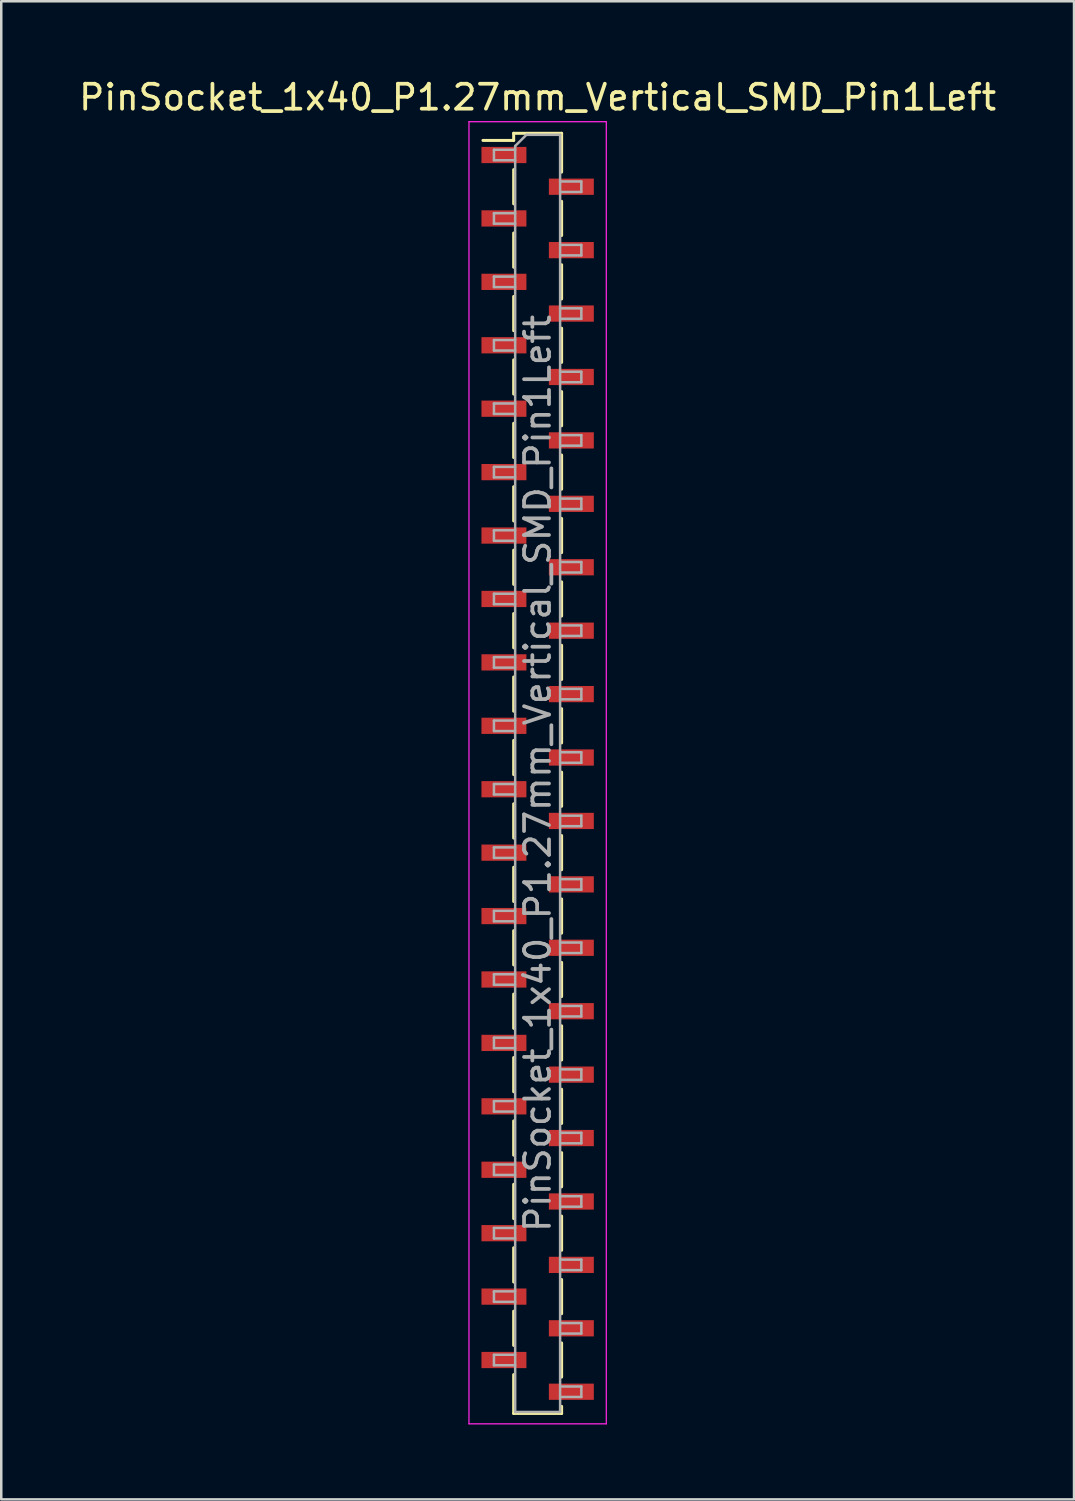
<source format=kicad_pcb>
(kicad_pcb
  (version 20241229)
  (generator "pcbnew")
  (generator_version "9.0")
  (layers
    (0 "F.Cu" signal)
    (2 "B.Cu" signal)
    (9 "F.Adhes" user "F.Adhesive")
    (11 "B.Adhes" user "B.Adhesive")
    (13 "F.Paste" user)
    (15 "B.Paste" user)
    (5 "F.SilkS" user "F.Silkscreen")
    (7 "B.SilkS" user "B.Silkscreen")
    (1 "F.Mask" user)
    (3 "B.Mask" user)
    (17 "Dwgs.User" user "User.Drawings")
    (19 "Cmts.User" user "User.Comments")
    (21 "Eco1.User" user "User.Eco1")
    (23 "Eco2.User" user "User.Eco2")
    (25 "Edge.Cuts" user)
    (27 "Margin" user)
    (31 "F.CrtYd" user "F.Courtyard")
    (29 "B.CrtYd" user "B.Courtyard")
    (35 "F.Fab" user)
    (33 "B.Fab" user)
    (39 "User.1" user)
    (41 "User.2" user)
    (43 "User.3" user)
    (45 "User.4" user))
  (footprint "PinSocket_1x40_P1.27mm_Vertical_SMD_Pin1Left"
    (layer "F.Cu")
    (at 18.482 27.923)
    (property "Reference" "PinSocket_1x40_P1.27mm_Vertical_SMD_Pin1Left" (at 0 -27.075 0) (layer "F.SilkS") (effects (font (size 1 1) (thickness 0.15))))
    (attr smd)
    (fp_line (start -2.19 -25.35) (end -0.96 -25.35) (stroke (width 0.12) (type solid)) (layer "F.SilkS"))
    (fp_line (start -0.96 -25.635) (end -0.96 -25.35) (stroke (width 0.12) (type solid)) (layer "F.SilkS"))
    (fp_line (start -0.96 -25.635) (end 0.96 -25.635) (stroke (width 0.12) (type solid)) (layer "F.SilkS"))
    (fp_line (start -0.96 -24.18) (end -0.96 -22.81) (stroke (width 0.12) (type solid)) (layer "F.SilkS"))
    (fp_line (start -0.96 -21.64) (end -0.96 -20.27) (stroke (width 0.12) (type solid)) (layer "F.SilkS"))
    (fp_line (start -0.96 -19.1) (end -0.96 -17.73) (stroke (width 0.12) (type solid)) (layer "F.SilkS"))
    (fp_line (start -0.96 -16.56) (end -0.96 -15.19) (stroke (width 0.12) (type solid)) (layer "F.SilkS"))
    (fp_line (start -0.96 -14.02) (end -0.96 -12.65) (stroke (width 0.12) (type solid)) (layer "F.SilkS"))
    (fp_line (start -0.96 -11.48) (end -0.96 -10.11) (stroke (width 0.12) (type solid)) (layer "F.SilkS"))
    (fp_line (start -0.96 -8.94) (end -0.96 -7.57) (stroke (width 0.12) (type solid)) (layer "F.SilkS"))
    (fp_line (start -0.96 -6.4) (end -0.96 -5.03) (stroke (width 0.12) (type solid)) (layer "F.SilkS"))
    (fp_line (start -0.96 -3.86) (end -0.96 -2.49) (stroke (width 0.12) (type solid)) (layer "F.SilkS"))
    (fp_line (start -0.96 -1.32) (end -0.96 0.05) (stroke (width 0.12) (type solid)) (layer "F.SilkS"))
    (fp_line (start -0.96 1.22) (end -0.96 2.59) (stroke (width 0.12) (type solid)) (layer "F.SilkS"))
    (fp_line (start -0.96 3.76) (end -0.96 5.13) (stroke (width 0.12) (type solid)) (layer "F.SilkS"))
    (fp_line (start -0.96 6.3) (end -0.96 7.67) (stroke (width 0.12) (type solid)) (layer "F.SilkS"))
    (fp_line (start -0.96 8.84) (end -0.96 10.21) (stroke (width 0.12) (type solid)) (layer "F.SilkS"))
    (fp_line (start -0.96 11.38) (end -0.96 12.75) (stroke (width 0.12) (type solid)) (layer "F.SilkS"))
    (fp_line (start -0.96 13.92) (end -0.96 15.29) (stroke (width 0.12) (type solid)) (layer "F.SilkS"))
    (fp_line (start -0.96 16.46) (end -0.96 17.83) (stroke (width 0.12) (type solid)) (layer "F.SilkS"))
    (fp_line (start -0.96 19) (end -0.96 20.37) (stroke (width 0.12) (type solid)) (layer "F.SilkS"))
    (fp_line (start -0.96 21.54) (end -0.96 22.91) (stroke (width 0.12) (type solid)) (layer "F.SilkS"))
    (fp_line (start -0.96 24.08) (end -0.96 25.635) (stroke (width 0.12) (type solid)) (layer "F.SilkS"))
    (fp_line (start -0.96 25.635) (end 0.96 25.635) (stroke (width 0.12) (type solid)) (layer "F.SilkS"))
    (fp_line (start 0.96 -25.635) (end 0.96 -24.08) (stroke (width 0.12) (type solid)) (layer "F.SilkS"))
    (fp_line (start 0.96 -22.91) (end 0.96 -21.54) (stroke (width 0.12) (type solid)) (layer "F.SilkS"))
    (fp_line (start 0.96 -20.37) (end 0.96 -19) (stroke (width 0.12) (type solid)) (layer "F.SilkS"))
    (fp_line (start 0.96 -17.83) (end 0.96 -16.46) (stroke (width 0.12) (type solid)) (layer "F.SilkS"))
    (fp_line (start 0.96 -15.29) (end 0.96 -13.92) (stroke (width 0.12) (type solid)) (layer "F.SilkS"))
    (fp_line (start 0.96 -12.75) (end 0.96 -11.38) (stroke (width 0.12) (type solid)) (layer "F.SilkS"))
    (fp_line (start 0.96 -10.21) (end 0.96 -8.84) (stroke (width 0.12) (type solid)) (layer "F.SilkS"))
    (fp_line (start 0.96 -7.67) (end 0.96 -6.3) (stroke (width 0.12) (type solid)) (layer "F.SilkS"))
    (fp_line (start 0.96 -5.13) (end 0.96 -3.76) (stroke (width 0.12) (type solid)) (layer "F.SilkS"))
    (fp_line (start 0.96 -2.59) (end 0.96 -1.22) (stroke (width 0.12) (type solid)) (layer "F.SilkS"))
    (fp_line (start 0.96 -0.05) (end 0.96 1.32) (stroke (width 0.12) (type solid)) (layer "F.SilkS"))
    (fp_line (start 0.96 2.49) (end 0.96 3.86) (stroke (width 0.12) (type solid)) (layer "F.SilkS"))
    (fp_line (start 0.96 5.03) (end 0.96 6.4) (stroke (width 0.12) (type solid)) (layer "F.SilkS"))
    (fp_line (start 0.96 7.57) (end 0.96 8.94) (stroke (width 0.12) (type solid)) (layer "F.SilkS"))
    (fp_line (start 0.96 10.11) (end 0.96 11.48) (stroke (width 0.12) (type solid)) (layer "F.SilkS"))
    (fp_line (start 0.96 12.65) (end 0.96 14.02) (stroke (width 0.12) (type solid)) (layer "F.SilkS"))
    (fp_line (start 0.96 15.19) (end 0.96 16.56) (stroke (width 0.12) (type solid)) (layer "F.SilkS"))
    (fp_line (start 0.96 17.73) (end 0.96 19.1) (stroke (width 0.12) (type solid)) (layer "F.SilkS"))
    (fp_line (start 0.96 20.27) (end 0.96 21.64) (stroke (width 0.12) (type solid)) (layer "F.SilkS"))
    (fp_line (start 0.96 22.81) (end 0.96 24.18) (stroke (width 0.12) (type solid)) (layer "F.SilkS"))
    (fp_line (start 0.96 25.35) (end 0.96 25.635) (stroke (width 0.12) (type solid)) (layer "F.SilkS"))
    (fp_line (start -2.75 -26.1) (end 2.75 -26.1) (stroke (width 0.05) (type solid)) (layer "F.CrtYd"))
    (fp_line (start -2.75 26.05) (end -2.75 -26.1) (stroke (width 0.05) (type solid)) (layer "F.CrtYd"))
    (fp_line (start 2.75 -26.1) (end 2.75 26.05) (stroke (width 0.05) (type solid)) (layer "F.CrtYd"))
    (fp_line (start 2.75 26.05) (end -2.75 26.05) (stroke (width 0.05) (type solid)) (layer "F.CrtYd"))
    (fp_line (start -1.75 -24.975) (end -0.9 -24.975) (stroke (width 0.1) (type solid)) (layer "F.Fab"))
    (fp_line (start -1.75 -24.555) (end -1.75 -24.975) (stroke (width 0.1) (type solid)) (layer "F.Fab"))
    (fp_line (start -1.75 -22.435) (end -0.9 -22.435) (stroke (width 0.1) (type solid)) (layer "F.Fab"))
    (fp_line (start -1.75 -22.015) (end -1.75 -22.435) (stroke (width 0.1) (type solid)) (layer "F.Fab"))
    (fp_line (start -1.75 -19.895) (end -0.9 -19.895) (stroke (width 0.1) (type solid)) (layer "F.Fab"))
    (fp_line (start -1.75 -19.475) (end -1.75 -19.895) (stroke (width 0.1) (type solid)) (layer "F.Fab"))
    (fp_line (start -1.75 -17.355) (end -0.9 -17.355) (stroke (width 0.1) (type solid)) (layer "F.Fab"))
    (fp_line (start -1.75 -16.935) (end -1.75 -17.355) (stroke (width 0.1) (type solid)) (layer "F.Fab"))
    (fp_line (start -1.75 -14.815) (end -0.9 -14.815) (stroke (width 0.1) (type solid)) (layer "F.Fab"))
    (fp_line (start -1.75 -14.395) (end -1.75 -14.815) (stroke (width 0.1) (type solid)) (layer "F.Fab"))
    (fp_line (start -1.75 -12.275) (end -0.9 -12.275) (stroke (width 0.1) (type solid)) (layer "F.Fab"))
    (fp_line (start -1.75 -11.855) (end -1.75 -12.275) (stroke (width 0.1) (type solid)) (layer "F.Fab"))
    (fp_line (start -1.75 -9.735) (end -0.9 -9.735) (stroke (width 0.1) (type solid)) (layer "F.Fab"))
    (fp_line (start -1.75 -9.315) (end -1.75 -9.735) (stroke (width 0.1) (type solid)) (layer "F.Fab"))
    (fp_line (start -1.75 -7.195) (end -0.9 -7.195) (stroke (width 0.1) (type solid)) (layer "F.Fab"))
    (fp_line (start -1.75 -6.775) (end -1.75 -7.195) (stroke (width 0.1) (type solid)) (layer "F.Fab"))
    (fp_line (start -1.75 -4.655) (end -0.9 -4.655) (stroke (width 0.1) (type solid)) (layer "F.Fab"))
    (fp_line (start -1.75 -4.235) (end -1.75 -4.655) (stroke (width 0.1) (type solid)) (layer "F.Fab"))
    (fp_line (start -1.75 -2.115) (end -0.9 -2.115) (stroke (width 0.1) (type solid)) (layer "F.Fab"))
    (fp_line (start -1.75 -1.695) (end -1.75 -2.115) (stroke (width 0.1) (type solid)) (layer "F.Fab"))
    (fp_line (start -1.75 0.425) (end -0.9 0.425) (stroke (width 0.1) (type solid)) (layer "F.Fab"))
    (fp_line (start -1.75 0.845) (end -1.75 0.425) (stroke (width 0.1) (type solid)) (layer "F.Fab"))
    (fp_line (start -1.75 2.965) (end -0.9 2.965) (stroke (width 0.1) (type solid)) (layer "F.Fab"))
    (fp_line (start -1.75 3.385) (end -1.75 2.965) (stroke (width 0.1) (type solid)) (layer "F.Fab"))
    (fp_line (start -1.75 5.505) (end -0.9 5.505) (stroke (width 0.1) (type solid)) (layer "F.Fab"))
    (fp_line (start -1.75 5.925) (end -1.75 5.505) (stroke (width 0.1) (type solid)) (layer "F.Fab"))
    (fp_line (start -1.75 8.045) (end -0.9 8.045) (stroke (width 0.1) (type solid)) (layer "F.Fab"))
    (fp_line (start -1.75 8.465) (end -1.75 8.045) (stroke (width 0.1) (type solid)) (layer "F.Fab"))
    (fp_line (start -1.75 10.585) (end -0.9 10.585) (stroke (width 0.1) (type solid)) (layer "F.Fab"))
    (fp_line (start -1.75 11.005) (end -1.75 10.585) (stroke (width 0.1) (type solid)) (layer "F.Fab"))
    (fp_line (start -1.75 13.125) (end -0.9 13.125) (stroke (width 0.1) (type solid)) (layer "F.Fab"))
    (fp_line (start -1.75 13.545) (end -1.75 13.125) (stroke (width 0.1) (type solid)) (layer "F.Fab"))
    (fp_line (start -1.75 15.665) (end -0.9 15.665) (stroke (width 0.1) (type solid)) (layer "F.Fab"))
    (fp_line (start -1.75 16.085) (end -1.75 15.665) (stroke (width 0.1) (type solid)) (layer "F.Fab"))
    (fp_line (start -1.75 18.205) (end -0.9 18.205) (stroke (width 0.1) (type solid)) (layer "F.Fab"))
    (fp_line (start -1.75 18.625) (end -1.75 18.205) (stroke (width 0.1) (type solid)) (layer "F.Fab"))
    (fp_line (start -1.75 20.745) (end -0.9 20.745) (stroke (width 0.1) (type solid)) (layer "F.Fab"))
    (fp_line (start -1.75 21.165) (end -1.75 20.745) (stroke (width 0.1) (type solid)) (layer "F.Fab"))
    (fp_line (start -1.75 23.285) (end -0.9 23.285) (stroke (width 0.1) (type solid)) (layer "F.Fab"))
    (fp_line (start -1.75 23.705) (end -1.75 23.285) (stroke (width 0.1) (type solid)) (layer "F.Fab"))
    (fp_line (start -0.9 -25.125) (end -0.45 -25.575) (stroke (width 0.1) (type solid)) (layer "F.Fab"))
    (fp_line (start -0.9 -24.555) (end -1.75 -24.555) (stroke (width 0.1) (type solid)) (layer "F.Fab"))
    (fp_line (start -0.9 -22.015) (end -1.75 -22.015) (stroke (width 0.1) (type solid)) (layer "F.Fab"))
    (fp_line (start -0.9 -19.475) (end -1.75 -19.475) (stroke (width 0.1) (type solid)) (layer "F.Fab"))
    (fp_line (start -0.9 -16.935) (end -1.75 -16.935) (stroke (width 0.1) (type solid)) (layer "F.Fab"))
    (fp_line (start -0.9 -14.395) (end -1.75 -14.395) (stroke (width 0.1) (type solid)) (layer "F.Fab"))
    (fp_line (start -0.9 -11.855) (end -1.75 -11.855) (stroke (width 0.1) (type solid)) (layer "F.Fab"))
    (fp_line (start -0.9 -9.315) (end -1.75 -9.315) (stroke (width 0.1) (type solid)) (layer "F.Fab"))
    (fp_line (start -0.9 -6.775) (end -1.75 -6.775) (stroke (width 0.1) (type solid)) (layer "F.Fab"))
    (fp_line (start -0.9 -4.235) (end -1.75 -4.235) (stroke (width 0.1) (type solid)) (layer "F.Fab"))
    (fp_line (start -0.9 -1.695) (end -1.75 -1.695) (stroke (width 0.1) (type solid)) (layer "F.Fab"))
    (fp_line (start -0.9 0.845) (end -1.75 0.845) (stroke (width 0.1) (type solid)) (layer "F.Fab"))
    (fp_line (start -0.9 3.385) (end -1.75 3.385) (stroke (width 0.1) (type solid)) (layer "F.Fab"))
    (fp_line (start -0.9 5.925) (end -1.75 5.925) (stroke (width 0.1) (type solid)) (layer "F.Fab"))
    (fp_line (start -0.9 8.465) (end -1.75 8.465) (stroke (width 0.1) (type solid)) (layer "F.Fab"))
    (fp_line (start -0.9 11.005) (end -1.75 11.005) (stroke (width 0.1) (type solid)) (layer "F.Fab"))
    (fp_line (start -0.9 13.545) (end -1.75 13.545) (stroke (width 0.1) (type solid)) (layer "F.Fab"))
    (fp_line (start -0.9 16.085) (end -1.75 16.085) (stroke (width 0.1) (type solid)) (layer "F.Fab"))
    (fp_line (start -0.9 18.625) (end -1.75 18.625) (stroke (width 0.1) (type solid)) (layer "F.Fab"))
    (fp_line (start -0.9 21.165) (end -1.75 21.165) (stroke (width 0.1) (type solid)) (layer "F.Fab"))
    (fp_line (start -0.9 23.705) (end -1.75 23.705) (stroke (width 0.1) (type solid)) (layer "F.Fab"))
    (fp_line (start -0.9 25.575) (end -0.9 -25.125) (stroke (width 0.1) (type solid)) (layer "F.Fab"))
    (fp_line (start -0.45 -25.575) (end 0.9 -25.575) (stroke (width 0.1) (type solid)) (layer "F.Fab"))
    (fp_line (start 0.9 -25.575) (end 0.9 25.575) (stroke (width 0.1) (type solid)) (layer "F.Fab"))
    (fp_line (start 0.9 -23.705) (end 1.75 -23.705) (stroke (width 0.1) (type solid)) (layer "F.Fab"))
    (fp_line (start 0.9 -21.165) (end 1.75 -21.165) (stroke (width 0.1) (type solid)) (layer "F.Fab"))
    (fp_line (start 0.9 -18.625) (end 1.75 -18.625) (stroke (width 0.1) (type solid)) (layer "F.Fab"))
    (fp_line (start 0.9 -16.085) (end 1.75 -16.085) (stroke (width 0.1) (type solid)) (layer "F.Fab"))
    (fp_line (start 0.9 -13.545) (end 1.75 -13.545) (stroke (width 0.1) (type solid)) (layer "F.Fab"))
    (fp_line (start 0.9 -11.005) (end 1.75 -11.005) (stroke (width 0.1) (type solid)) (layer "F.Fab"))
    (fp_line (start 0.9 -8.465) (end 1.75 -8.465) (stroke (width 0.1) (type solid)) (layer "F.Fab"))
    (fp_line (start 0.9 -5.925) (end 1.75 -5.925) (stroke (width 0.1) (type solid)) (layer "F.Fab"))
    (fp_line (start 0.9 -3.385) (end 1.75 -3.385) (stroke (width 0.1) (type solid)) (layer "F.Fab"))
    (fp_line (start 0.9 -0.845) (end 1.75 -0.845) (stroke (width 0.1) (type solid)) (layer "F.Fab"))
    (fp_line (start 0.9 1.695) (end 1.75 1.695) (stroke (width 0.1) (type solid)) (layer "F.Fab"))
    (fp_line (start 0.9 4.235) (end 1.75 4.235) (stroke (width 0.1) (type solid)) (layer "F.Fab"))
    (fp_line (start 0.9 6.775) (end 1.75 6.775) (stroke (width 0.1) (type solid)) (layer "F.Fab"))
    (fp_line (start 0.9 9.315) (end 1.75 9.315) (stroke (width 0.1) (type solid)) (layer "F.Fab"))
    (fp_line (start 0.9 11.855) (end 1.75 11.855) (stroke (width 0.1) (type solid)) (layer "F.Fab"))
    (fp_line (start 0.9 14.395) (end 1.75 14.395) (stroke (width 0.1) (type solid)) (layer "F.Fab"))
    (fp_line (start 0.9 16.935) (end 1.75 16.935) (stroke (width 0.1) (type solid)) (layer "F.Fab"))
    (fp_line (start 0.9 19.475) (end 1.75 19.475) (stroke (width 0.1) (type solid)) (layer "F.Fab"))
    (fp_line (start 0.9 22.015) (end 1.75 22.015) (stroke (width 0.1) (type solid)) (layer "F.Fab"))
    (fp_line (start 0.9 24.555) (end 1.75 24.555) (stroke (width 0.1) (type solid)) (layer "F.Fab"))
    (fp_line (start 0.9 25.575) (end -0.9 25.575) (stroke (width 0.1) (type solid)) (layer "F.Fab"))
    (fp_line (start 1.75 -23.705) (end 1.75 -23.285) (stroke (width 0.1) (type solid)) (layer "F.Fab"))
    (fp_line (start 1.75 -23.285) (end 0.9 -23.285) (stroke (width 0.1) (type solid)) (layer "F.Fab"))
    (fp_line (start 1.75 -21.165) (end 1.75 -20.745) (stroke (width 0.1) (type solid)) (layer "F.Fab"))
    (fp_line (start 1.75 -20.745) (end 0.9 -20.745) (stroke (width 0.1) (type solid)) (layer "F.Fab"))
    (fp_line (start 1.75 -18.625) (end 1.75 -18.205) (stroke (width 0.1) (type solid)) (layer "F.Fab"))
    (fp_line (start 1.75 -18.205) (end 0.9 -18.205) (stroke (width 0.1) (type solid)) (layer "F.Fab"))
    (fp_line (start 1.75 -16.085) (end 1.75 -15.665) (stroke (width 0.1) (type solid)) (layer "F.Fab"))
    (fp_line (start 1.75 -15.665) (end 0.9 -15.665) (stroke (width 0.1) (type solid)) (layer "F.Fab"))
    (fp_line (start 1.75 -13.545) (end 1.75 -13.125) (stroke (width 0.1) (type solid)) (layer "F.Fab"))
    (fp_line (start 1.75 -13.125) (end 0.9 -13.125) (stroke (width 0.1) (type solid)) (layer "F.Fab"))
    (fp_line (start 1.75 -11.005) (end 1.75 -10.585) (stroke (width 0.1) (type solid)) (layer "F.Fab"))
    (fp_line (start 1.75 -10.585) (end 0.9 -10.585) (stroke (width 0.1) (type solid)) (layer "F.Fab"))
    (fp_line (start 1.75 -8.465) (end 1.75 -8.045) (stroke (width 0.1) (type solid)) (layer "F.Fab"))
    (fp_line (start 1.75 -8.045) (end 0.9 -8.045) (stroke (width 0.1) (type solid)) (layer "F.Fab"))
    (fp_line (start 1.75 -5.925) (end 1.75 -5.505) (stroke (width 0.1) (type solid)) (layer "F.Fab"))
    (fp_line (start 1.75 -5.505) (end 0.9 -5.505) (stroke (width 0.1) (type solid)) (layer "F.Fab"))
    (fp_line (start 1.75 -3.385) (end 1.75 -2.965) (stroke (width 0.1) (type solid)) (layer "F.Fab"))
    (fp_line (start 1.75 -2.965) (end 0.9 -2.965) (stroke (width 0.1) (type solid)) (layer "F.Fab"))
    (fp_line (start 1.75 -0.845) (end 1.75 -0.425) (stroke (width 0.1) (type solid)) (layer "F.Fab"))
    (fp_line (start 1.75 -0.425) (end 0.9 -0.425) (stroke (width 0.1) (type solid)) (layer "F.Fab"))
    (fp_line (start 1.75 1.695) (end 1.75 2.115) (stroke (width 0.1) (type solid)) (layer "F.Fab"))
    (fp_line (start 1.75 2.115) (end 0.9 2.115) (stroke (width 0.1) (type solid)) (layer "F.Fab"))
    (fp_line (start 1.75 4.235) (end 1.75 4.655) (stroke (width 0.1) (type solid)) (layer "F.Fab"))
    (fp_line (start 1.75 4.655) (end 0.9 4.655) (stroke (width 0.1) (type solid)) (layer "F.Fab"))
    (fp_line (start 1.75 6.775) (end 1.75 7.195) (stroke (width 0.1) (type solid)) (layer "F.Fab"))
    (fp_line (start 1.75 7.195) (end 0.9 7.195) (stroke (width 0.1) (type solid)) (layer "F.Fab"))
    (fp_line (start 1.75 9.315) (end 1.75 9.735) (stroke (width 0.1) (type solid)) (layer "F.Fab"))
    (fp_line (start 1.75 9.735) (end 0.9 9.735) (stroke (width 0.1) (type solid)) (layer "F.Fab"))
    (fp_line (start 1.75 11.855) (end 1.75 12.275) (stroke (width 0.1) (type solid)) (layer "F.Fab"))
    (fp_line (start 1.75 12.275) (end 0.9 12.275) (stroke (width 0.1) (type solid)) (layer "F.Fab"))
    (fp_line (start 1.75 14.395) (end 1.75 14.815) (stroke (width 0.1) (type solid)) (layer "F.Fab"))
    (fp_line (start 1.75 14.815) (end 0.9 14.815) (stroke (width 0.1) (type solid)) (layer "F.Fab"))
    (fp_line (start 1.75 16.935) (end 1.75 17.355) (stroke (width 0.1) (type solid)) (layer "F.Fab"))
    (fp_line (start 1.75 17.355) (end 0.9 17.355) (stroke (width 0.1) (type solid)) (layer "F.Fab"))
    (fp_line (start 1.75 19.475) (end 1.75 19.895) (stroke (width 0.1) (type solid)) (layer "F.Fab"))
    (fp_line (start 1.75 19.895) (end 0.9 19.895) (stroke (width 0.1) (type solid)) (layer "F.Fab"))
    (fp_line (start 1.75 22.015) (end 1.75 22.435) (stroke (width 0.1) (type solid)) (layer "F.Fab"))
    (fp_line (start 1.75 22.435) (end 0.9 22.435) (stroke (width 0.1) (type solid)) (layer "F.Fab"))
    (fp_line (start 1.75 24.555) (end 1.75 24.975) (stroke (width 0.1) (type solid)) (layer "F.Fab"))
    (fp_line (start 1.75 24.975) (end 0.9 24.975) (stroke (width 0.1) (type solid)) (layer "F.Fab"))
    (fp_text user "${REFERENCE}" (at 0 0 90) (layer "F.Fab") (effects (font (size 1 1) (thickness 0.15))))
    (pad "1" smd rect (at -1.35 -24.765) (size 1.8 0.65) (layers "F.Cu" "F.Mask" "F.Paste"))
    (pad "2" smd rect (at 1.35 -23.495) (size 1.8 0.65) (layers "F.Cu" "F.Mask" "F.Paste"))
    (pad "3" smd rect (at -1.35 -22.225) (size 1.8 0.65) (layers "F.Cu" "F.Mask" "F.Paste"))
    (pad "4" smd rect (at 1.35 -20.955) (size 1.8 0.65) (layers "F.Cu" "F.Mask" "F.Paste"))
    (pad "5" smd rect (at -1.35 -19.685) (size 1.8 0.65) (layers "F.Cu" "F.Mask" "F.Paste"))
    (pad "6" smd rect (at 1.35 -18.415) (size 1.8 0.65) (layers "F.Cu" "F.Mask" "F.Paste"))
    (pad "7" smd rect (at -1.35 -17.145) (size 1.8 0.65) (layers "F.Cu" "F.Mask" "F.Paste"))
    (pad "8" smd rect (at 1.35 -15.875) (size 1.8 0.65) (layers "F.Cu" "F.Mask" "F.Paste"))
    (pad "9" smd rect (at -1.35 -14.605) (size 1.8 0.65) (layers "F.Cu" "F.Mask" "F.Paste"))
    (pad "10" smd rect (at 1.35 -13.335) (size 1.8 0.65) (layers "F.Cu" "F.Mask" "F.Paste"))
    (pad "11" smd rect (at -1.35 -12.065) (size 1.8 0.65) (layers "F.Cu" "F.Mask" "F.Paste"))
    (pad "12" smd rect (at 1.35 -10.795) (size 1.8 0.65) (layers "F.Cu" "F.Mask" "F.Paste"))
    (pad "13" smd rect (at -1.35 -9.525) (size 1.8 0.65) (layers "F.Cu" "F.Mask" "F.Paste"))
    (pad "14" smd rect (at 1.35 -8.255) (size 1.8 0.65) (layers "F.Cu" "F.Mask" "F.Paste"))
    (pad "15" smd rect (at -1.35 -6.985) (size 1.8 0.65) (layers "F.Cu" "F.Mask" "F.Paste"))
    (pad "16" smd rect (at 1.35 -5.715) (size 1.8 0.65) (layers "F.Cu" "F.Mask" "F.Paste"))
    (pad "17" smd rect (at -1.35 -4.445) (size 1.8 0.65) (layers "F.Cu" "F.Mask" "F.Paste"))
    (pad "18" smd rect (at 1.35 -3.175) (size 1.8 0.65) (layers "F.Cu" "F.Mask" "F.Paste"))
    (pad "19" smd rect (at -1.35 -1.905) (size 1.8 0.65) (layers "F.Cu" "F.Mask" "F.Paste"))
    (pad "20" smd rect (at 1.35 -0.635) (size 1.8 0.65) (layers "F.Cu" "F.Mask" "F.Paste"))
    (pad "21" smd rect (at -1.35 0.635) (size 1.8 0.65) (layers "F.Cu" "F.Mask" "F.Paste"))
    (pad "22" smd rect (at 1.35 1.905) (size 1.8 0.65) (layers "F.Cu" "F.Mask" "F.Paste"))
    (pad "23" smd rect (at -1.35 3.175) (size 1.8 0.65) (layers "F.Cu" "F.Mask" "F.Paste"))
    (pad "24" smd rect (at 1.35 4.445) (size 1.8 0.65) (layers "F.Cu" "F.Mask" "F.Paste"))
    (pad "25" smd rect (at -1.35 5.715) (size 1.8 0.65) (layers "F.Cu" "F.Mask" "F.Paste"))
    (pad "26" smd rect (at 1.35 6.985) (size 1.8 0.65) (layers "F.Cu" "F.Mask" "F.Paste"))
    (pad "27" smd rect (at -1.35 8.255) (size 1.8 0.65) (layers "F.Cu" "F.Mask" "F.Paste"))
    (pad "28" smd rect (at 1.35 9.525) (size 1.8 0.65) (layers "F.Cu" "F.Mask" "F.Paste"))
    (pad "29" smd rect (at -1.35 10.795) (size 1.8 0.65) (layers "F.Cu" "F.Mask" "F.Paste"))
    (pad "30" smd rect (at 1.35 12.065) (size 1.8 0.65) (layers "F.Cu" "F.Mask" "F.Paste"))
    (pad "31" smd rect (at -1.35 13.335) (size 1.8 0.65) (layers "F.Cu" "F.Mask" "F.Paste"))
    (pad "32" smd rect (at 1.35 14.605) (size 1.8 0.65) (layers "F.Cu" "F.Mask" "F.Paste"))
    (pad "33" smd rect (at -1.35 15.875) (size 1.8 0.65) (layers "F.Cu" "F.Mask" "F.Paste"))
    (pad "34" smd rect (at 1.35 17.145) (size 1.8 0.65) (layers "F.Cu" "F.Mask" "F.Paste"))
    (pad "35" smd rect (at -1.35 18.415) (size 1.8 0.65) (layers "F.Cu" "F.Mask" "F.Paste"))
    (pad "36" smd rect (at 1.35 19.685) (size 1.8 0.65) (layers "F.Cu" "F.Mask" "F.Paste"))
    (pad "37" smd rect (at -1.35 20.955) (size 1.8 0.65) (layers "F.Cu" "F.Mask" "F.Paste"))
    (pad "38" smd rect (at 1.35 22.225) (size 1.8 0.65) (layers "F.Cu" "F.Mask" "F.Paste"))
    (pad "39" smd rect (at -1.35 23.495) (size 1.8 0.65) (layers "F.Cu" "F.Mask" "F.Paste"))
    (pad "40" smd rect (at 1.35 24.765) (size 1.8 0.65) (layers "F.Cu" "F.Mask" "F.Paste")))
  (gr_rect
    (start -3 -3)
    (end 39.964 56.998)
    (stroke (width 0.1) (type default))
    (fill no)
    (layer "Edge.Cuts")))
</source>
